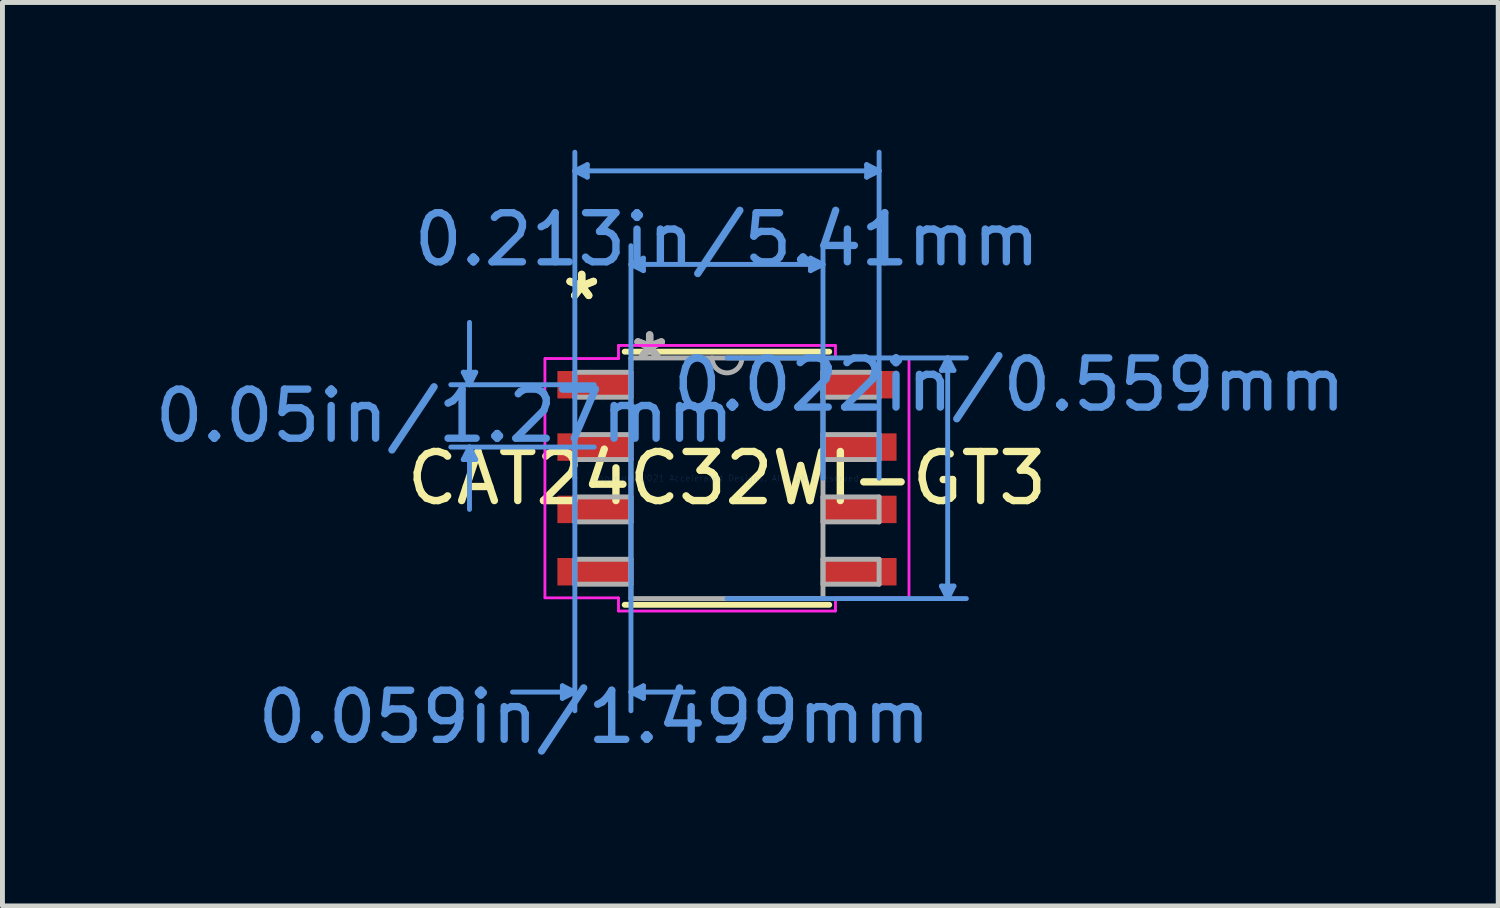
<source format=kicad_pcb>
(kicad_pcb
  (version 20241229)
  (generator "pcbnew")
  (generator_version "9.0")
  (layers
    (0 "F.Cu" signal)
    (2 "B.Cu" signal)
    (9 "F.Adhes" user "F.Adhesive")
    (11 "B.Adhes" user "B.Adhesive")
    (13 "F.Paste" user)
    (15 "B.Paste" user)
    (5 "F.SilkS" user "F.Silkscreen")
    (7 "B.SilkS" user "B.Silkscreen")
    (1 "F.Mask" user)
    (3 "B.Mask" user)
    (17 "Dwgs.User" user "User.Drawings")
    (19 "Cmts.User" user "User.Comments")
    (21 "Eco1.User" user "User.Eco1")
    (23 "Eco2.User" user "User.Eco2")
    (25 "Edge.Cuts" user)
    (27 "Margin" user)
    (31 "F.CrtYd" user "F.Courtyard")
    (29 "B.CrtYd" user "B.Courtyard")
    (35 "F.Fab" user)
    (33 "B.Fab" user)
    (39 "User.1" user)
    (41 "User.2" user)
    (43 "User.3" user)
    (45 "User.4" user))
  (footprint "CAT24C32WI-GT3"
    (layer "F.Cu")
    (at 11.759 6.692)
    (property "Reference" "CAT24C32WI-GT3" (at 0 0 0) (layer "F.SilkS") (effects (font (size 1 1) (thickness 0.15))))
    (attr through_hole)
    (fp_line (start -2.083 2.578) (end 2.083 2.578) (stroke (width 0.12) (type solid)) (layer "F.SilkS"))
    (fp_line (start 2.083 -2.578) (end -2.083 -2.578) (stroke (width 0.12) (type solid)) (layer "F.SilkS"))
    (fp_line (start -5.372 -2.159) (end -5.118 -2.159) (stroke (width 0.1) (type solid)) (layer "Cmts.User"))
    (fp_line (start -5.372 -0.381) (end -5.118 -0.381) (stroke (width 0.1) (type solid)) (layer "Cmts.User"))
    (fp_line (start -5.245 -1.905) (end -5.372 -2.159) (stroke (width 0.1) (type solid)) (layer "Cmts.User"))
    (fp_line (start -5.245 -1.905) (end -5.245 -3.175) (stroke (width 0.1) (type solid)) (layer "Cmts.User"))
    (fp_line (start -5.245 -1.905) (end -5.118 -2.159) (stroke (width 0.1) (type solid)) (layer "Cmts.User"))
    (fp_line (start -5.245 -0.635) (end -5.372 -0.381) (stroke (width 0.1) (type solid)) (layer "Cmts.User"))
    (fp_line (start -5.245 -0.635) (end -5.245 0.635) (stroke (width 0.1) (type solid)) (layer "Cmts.User"))
    (fp_line (start -5.245 -0.635) (end -5.118 -0.381) (stroke (width 0.1) (type solid)) (layer "Cmts.User"))
    (fp_line (start -3.353 4.229) (end -3.353 4.483) (stroke (width 0.1) (type solid)) (layer "Cmts.User"))
    (fp_line (start -3.099 -6.261) (end -2.845 -6.388) (stroke (width 0.1) (type solid)) (layer "Cmts.User"))
    (fp_line (start -3.099 -6.261) (end -2.845 -6.134) (stroke (width 0.1) (type solid)) (layer "Cmts.User"))
    (fp_line (start -3.099 -6.261) (end 3.099 -6.261) (stroke (width 0.1) (type solid)) (layer "Cmts.User"))
    (fp_line (start -3.099 0) (end -3.099 -6.642) (stroke (width 0.1) (type solid)) (layer "Cmts.User"))
    (fp_line (start -3.099 0) (end -3.099 4.737) (stroke (width 0.1) (type solid)) (layer "Cmts.User"))
    (fp_line (start -3.099 4.356) (end -4.369 4.356) (stroke (width 0.1) (type solid)) (layer "Cmts.User"))
    (fp_line (start -3.099 4.356) (end -3.353 4.229) (stroke (width 0.1) (type solid)) (layer "Cmts.User"))
    (fp_line (start -3.099 4.356) (end -3.353 4.483) (stroke (width 0.1) (type solid)) (layer "Cmts.User"))
    (fp_line (start -2.845 -6.388) (end -2.845 -6.134) (stroke (width 0.1) (type solid)) (layer "Cmts.User"))
    (fp_line (start -2.705 -1.905) (end -5.626 -1.905) (stroke (width 0.1) (type solid)) (layer "Cmts.User"))
    (fp_line (start -2.705 -0.635) (end -5.626 -0.635) (stroke (width 0.1) (type solid)) (layer "Cmts.User"))
    (fp_line (start -1.956 -4.356) (end -1.702 -4.483) (stroke (width 0.1) (type solid)) (layer "Cmts.User"))
    (fp_line (start -1.956 -4.356) (end -1.702 -4.229) (stroke (width 0.1) (type solid)) (layer "Cmts.User"))
    (fp_line (start -1.956 -4.356) (end 1.956 -4.356) (stroke (width 0.1) (type solid)) (layer "Cmts.User"))
    (fp_line (start -1.956 0) (end -1.956 -4.737) (stroke (width 0.1) (type solid)) (layer "Cmts.User"))
    (fp_line (start -1.956 0) (end -1.956 4.737) (stroke (width 0.1) (type solid)) (layer "Cmts.User"))
    (fp_line (start -1.956 4.356) (end -1.702 4.229) (stroke (width 0.1) (type solid)) (layer "Cmts.User"))
    (fp_line (start -1.956 4.356) (end -1.702 4.483) (stroke (width 0.1) (type solid)) (layer "Cmts.User"))
    (fp_line (start -1.956 4.356) (end -0.686 4.356) (stroke (width 0.1) (type solid)) (layer "Cmts.User"))
    (fp_line (start -1.702 -4.483) (end -1.702 -4.229) (stroke (width 0.1) (type solid)) (layer "Cmts.User"))
    (fp_line (start -1.702 4.229) (end -1.702 4.483) (stroke (width 0.1) (type solid)) (layer "Cmts.User"))
    (fp_line (start 0 -2.451) (end 4.877 -2.451) (stroke (width 0.1) (type solid)) (layer "Cmts.User"))
    (fp_line (start 0 2.451) (end 4.877 2.451) (stroke (width 0.1) (type solid)) (layer "Cmts.User"))
    (fp_line (start 1.702 -4.483) (end 1.702 -4.229) (stroke (width 0.1) (type solid)) (layer "Cmts.User"))
    (fp_line (start 1.956 -4.356) (end 1.702 -4.483) (stroke (width 0.1) (type solid)) (layer "Cmts.User"))
    (fp_line (start 1.956 -4.356) (end 1.702 -4.229) (stroke (width 0.1) (type solid)) (layer "Cmts.User"))
    (fp_line (start 1.956 0) (end 1.956 -4.737) (stroke (width 0.1) (type solid)) (layer "Cmts.User"))
    (fp_line (start 2.845 -6.388) (end 2.845 -6.134) (stroke (width 0.1) (type solid)) (layer "Cmts.User"))
    (fp_line (start 3.099 -6.261) (end 2.845 -6.388) (stroke (width 0.1) (type solid)) (layer "Cmts.User"))
    (fp_line (start 3.099 -6.261) (end 2.845 -6.134) (stroke (width 0.1) (type solid)) (layer "Cmts.User"))
    (fp_line (start 3.099 0) (end 3.099 -6.642) (stroke (width 0.1) (type solid)) (layer "Cmts.User"))
    (fp_line (start 4.369 -2.197) (end 4.623 -2.197) (stroke (width 0.1) (type solid)) (layer "Cmts.User"))
    (fp_line (start 4.369 2.197) (end 4.623 2.197) (stroke (width 0.1) (type solid)) (layer "Cmts.User"))
    (fp_line (start 4.496 -2.451) (end 4.369 -2.197) (stroke (width 0.1) (type solid)) (layer "Cmts.User"))
    (fp_line (start 4.496 -2.451) (end 4.496 2.451) (stroke (width 0.1) (type solid)) (layer "Cmts.User"))
    (fp_line (start 4.496 -2.451) (end 4.623 -2.197) (stroke (width 0.1) (type solid)) (layer "Cmts.User"))
    (fp_line (start 4.496 2.451) (end 4.369 2.197) (stroke (width 0.1) (type solid)) (layer "Cmts.User"))
    (fp_line (start 4.496 2.451) (end 4.623 2.197) (stroke (width 0.1) (type solid)) (layer "Cmts.User"))
    (fp_line (start -3.708 -2.438) (end -2.21 -2.438) (stroke (width 0.05) (type solid)) (layer "F.CrtYd"))
    (fp_line (start -3.708 -2.438) (end -2.21 -2.438) (stroke (width 0.05) (type solid)) (layer "F.CrtYd"))
    (fp_line (start -3.708 2.438) (end -3.708 -2.438) (stroke (width 0.05) (type solid)) (layer "F.CrtYd"))
    (fp_line (start -3.708 2.438) (end -3.708 -2.438) (stroke (width 0.05) (type solid)) (layer "F.CrtYd"))
    (fp_line (start -3.708 2.438) (end -2.21 2.438) (stroke (width 0.05) (type solid)) (layer "F.CrtYd"))
    (fp_line (start -2.21 -2.705) (end 2.21 -2.705) (stroke (width 0.05) (type solid)) (layer "F.CrtYd"))
    (fp_line (start -2.21 -2.705) (end 2.21 -2.705) (stroke (width 0.05) (type solid)) (layer "F.CrtYd"))
    (fp_line (start -2.21 -2.438) (end -2.21 -2.705) (stroke (width 0.05) (type solid)) (layer "F.CrtYd"))
    (fp_line (start -2.21 -2.438) (end -2.21 -2.705) (stroke (width 0.05) (type solid)) (layer "F.CrtYd"))
    (fp_line (start -2.21 2.438) (end -3.708 2.438) (stroke (width 0.05) (type solid)) (layer "F.CrtYd"))
    (fp_line (start -2.21 2.705) (end -2.21 2.438) (stroke (width 0.05) (type solid)) (layer "F.CrtYd"))
    (fp_line (start -2.21 2.705) (end -2.21 2.438) (stroke (width 0.05) (type solid)) (layer "F.CrtYd"))
    (fp_line (start 2.21 -2.705) (end 2.21 -2.438) (stroke (width 0.05) (type solid)) (layer "F.CrtYd"))
    (fp_line (start 2.21 -2.705) (end 2.21 -2.438) (stroke (width 0.05) (type solid)) (layer "F.CrtYd"))
    (fp_line (start 2.21 -2.438) (end 3.708 -2.438) (stroke (width 0.05) (type solid)) (layer "F.CrtYd"))
    (fp_line (start 2.21 2.438) (end 2.21 2.705) (stroke (width 0.05) (type solid)) (layer "F.CrtYd"))
    (fp_line (start 2.21 2.438) (end 2.21 2.705) (stroke (width 0.05) (type solid)) (layer "F.CrtYd"))
    (fp_line (start 2.21 2.705) (end -2.21 2.705) (stroke (width 0.05) (type solid)) (layer "F.CrtYd"))
    (fp_line (start 2.21 2.705) (end -2.21 2.705) (stroke (width 0.05) (type solid)) (layer "F.CrtYd"))
    (fp_line (start 3.708 -2.438) (end 2.21 -2.438) (stroke (width 0.05) (type solid)) (layer "F.CrtYd"))
    (fp_line (start 3.708 -2.438) (end 3.708 2.438) (stroke (width 0.05) (type solid)) (layer "F.CrtYd"))
    (fp_line (start 3.708 -2.438) (end 3.708 2.438) (stroke (width 0.05) (type solid)) (layer "F.CrtYd"))
    (fp_line (start 3.708 2.438) (end 2.21 2.438) (stroke (width 0.05) (type solid)) (layer "F.CrtYd"))
    (fp_line (start 3.708 2.438) (end 2.21 2.438) (stroke (width 0.05) (type solid)) (layer "F.CrtYd"))
    (fp_line (start -3.099 -2.159) (end -3.099 -1.651) (stroke (width 0.1) (type solid)) (layer "F.Fab"))
    (fp_line (start -3.099 -1.651) (end -1.956 -1.651) (stroke (width 0.1) (type solid)) (layer "F.Fab"))
    (fp_line (start -3.099 -0.889) (end -3.099 -0.381) (stroke (width 0.1) (type solid)) (layer "F.Fab"))
    (fp_line (start -3.099 -0.381) (end -1.956 -0.381) (stroke (width 0.1) (type solid)) (layer "F.Fab"))
    (fp_line (start -3.099 0.381) (end -3.099 0.889) (stroke (width 0.1) (type solid)) (layer "F.Fab"))
    (fp_line (start -3.099 0.889) (end -1.956 0.889) (stroke (width 0.1) (type solid)) (layer "F.Fab"))
    (fp_line (start -3.099 1.651) (end -3.099 2.159) (stroke (width 0.1) (type solid)) (layer "F.Fab"))
    (fp_line (start -3.099 2.159) (end -1.956 2.159) (stroke (width 0.1) (type solid)) (layer "F.Fab"))
    (fp_line (start -1.956 -2.451) (end -1.956 2.451) (stroke (width 0.1) (type solid)) (layer "F.Fab"))
    (fp_line (start -1.956 -2.159) (end -3.099 -2.159) (stroke (width 0.1) (type solid)) (layer "F.Fab"))
    (fp_line (start -1.956 -1.651) (end -1.956 -2.159) (stroke (width 0.1) (type solid)) (layer "F.Fab"))
    (fp_line (start -1.956 -0.889) (end -3.099 -0.889) (stroke (width 0.1) (type solid)) (layer "F.Fab"))
    (fp_line (start -1.956 -0.381) (end -1.956 -0.889) (stroke (width 0.1) (type solid)) (layer "F.Fab"))
    (fp_line (start -1.956 0.381) (end -3.099 0.381) (stroke (width 0.1) (type solid)) (layer "F.Fab"))
    (fp_line (start -1.956 0.889) (end -1.956 0.381) (stroke (width 0.1) (type solid)) (layer "F.Fab"))
    (fp_line (start -1.956 1.651) (end -3.099 1.651) (stroke (width 0.1) (type solid)) (layer "F.Fab"))
    (fp_line (start -1.956 2.159) (end -1.956 1.651) (stroke (width 0.1) (type solid)) (layer "F.Fab"))
    (fp_line (start -1.956 2.451) (end 1.956 2.451) (stroke (width 0.1) (type solid)) (layer "F.Fab"))
    (fp_line (start 1.956 -2.451) (end -1.956 -2.451) (stroke (width 0.1) (type solid)) (layer "F.Fab"))
    (fp_line (start 1.956 -2.159) (end 1.956 -1.651) (stroke (width 0.1) (type solid)) (layer "F.Fab"))
    (fp_line (start 1.956 -1.651) (end 3.099 -1.651) (stroke (width 0.1) (type solid)) (layer "F.Fab"))
    (fp_line (start 1.956 -0.889) (end 1.956 -0.381) (stroke (width 0.1) (type solid)) (layer "F.Fab"))
    (fp_line (start 1.956 -0.381) (end 3.099 -0.381) (stroke (width 0.1) (type solid)) (layer "F.Fab"))
    (fp_line (start 1.956 0.381) (end 1.956 0.889) (stroke (width 0.1) (type solid)) (layer "F.Fab"))
    (fp_line (start 1.956 0.889) (end 3.099 0.889) (stroke (width 0.1) (type solid)) (layer "F.Fab"))
    (fp_line (start 1.956 1.651) (end 1.956 2.159) (stroke (width 0.1) (type solid)) (layer "F.Fab"))
    (fp_line (start 1.956 2.159) (end 3.099 2.159) (stroke (width 0.1) (type solid)) (layer "F.Fab"))
    (fp_line (start 1.956 2.451) (end 1.956 -2.451) (stroke (width 0.1) (type solid)) (layer "F.Fab"))
    (fp_line (start 3.099 -2.159) (end 1.956 -2.159) (stroke (width 0.1) (type solid)) (layer "F.Fab"))
    (fp_line (start 3.099 -1.651) (end 3.099 -2.159) (stroke (width 0.1) (type solid)) (layer "F.Fab"))
    (fp_line (start 3.099 -0.889) (end 1.956 -0.889) (stroke (width 0.1) (type solid)) (layer "F.Fab"))
    (fp_line (start 3.099 -0.381) (end 3.099 -0.889) (stroke (width 0.1) (type solid)) (layer "F.Fab"))
    (fp_line (start 3.099 0.381) (end 1.956 0.381) (stroke (width 0.1) (type solid)) (layer "F.Fab"))
    (fp_line (start 3.099 0.889) (end 3.099 0.381) (stroke (width 0.1) (type solid)) (layer "F.Fab"))
    (fp_line (start 3.099 1.651) (end 1.956 1.651) (stroke (width 0.1) (type solid)) (layer "F.Fab"))
    (fp_line (start 3.099 2.159) (end 3.099 1.651) (stroke (width 0.1) (type solid)) (layer "F.Fab"))
    (fp_arc (start 0.3048 -2.4511) (mid 0 -2.1463) (end -0.3048 -2.4511) (stroke (width 0.1) (type solid)) (layer "F.Fab"))
    (fp_text user "*" (at -2.959 -3.607 0) (layer "F.SilkS") (effects (font (size 1 1) (thickness 0.15))))
    (fp_text user "*" (at -2.959 -3.607 0) (layer "F.SilkS") (effects (font (size 1 1) (thickness 0.15))))
    (fp_text user "0.059in/1.499mm" (at -2.705 4.864 0) (layer "Cmts.User") (effects (font (size 1 1) (thickness 0.15))))
    (fp_text user "Copyright 2021 Accelerated Designs. All rights reserved." (at 0 0 0) (layer "Cmts.User") (effects (font (size 0.127 0.127) (thickness 0.002))))
    (fp_text user "0.05in/1.27mm" (at -5.753 -1.27 0) (layer "Cmts.User") (effects (font (size 1 1) (thickness 0.15))))
    (fp_text user "0.213in/5.41mm" (at 0 -4.864 0) (layer "Cmts.User") (effects (font (size 1 1) (thickness 0.15))))
    (fp_text user "0.022in/0.559mm" (at 5.753 -1.905 0) (layer "Cmts.User") (effects (font (size 1 1) (thickness 0.15))))
    (fp_text user "*" (at -1.575 -2.375 0) (layer "F.Fab") (effects (font (size 1 1) (thickness 0.15))))
    (fp_text user "*" (at -1.575 -2.375 0) (layer "F.Fab") (effects (font (size 1 1) (thickness 0.15))))
    (pad "1" smd rect (at -2.705 -1.905) (size 1.499 0.559) (layers "F.Cu" "F.Mask" "F.Paste"))
    (pad "2" smd rect (at -2.705 -0.635) (size 1.499 0.559) (layers "F.Cu" "F.Mask" "F.Paste"))
    (pad "3" smd rect (at -2.705 0.635) (size 1.499 0.559) (layers "F.Cu" "F.Mask" "F.Paste"))
    (pad "4" smd rect (at -2.705 1.905) (size 1.499 0.559) (layers "F.Cu" "F.Mask" "F.Paste"))
    (pad "5" smd rect (at 2.705 1.905) (size 1.499 0.559) (layers "F.Cu" "F.Mask" "F.Paste"))
    (pad "6" smd rect (at 2.705 0.635) (size 1.499 0.559) (layers "F.Cu" "F.Mask" "F.Paste"))
    (pad "7" smd rect (at 2.705 -0.635) (size 1.499 0.559) (layers "F.Cu" "F.Mask" "F.Paste"))
    (pad "8" smd rect (at 2.705 -1.905) (size 1.499 0.559) (layers "F.Cu" "F.Mask" "F.Paste")))
  (gr_rect
    (start -3 -3)
    (end 27.47 15.404)
    (stroke (width 0.1) (type default))
    (fill no)
    (layer "Edge.Cuts")))
</source>
